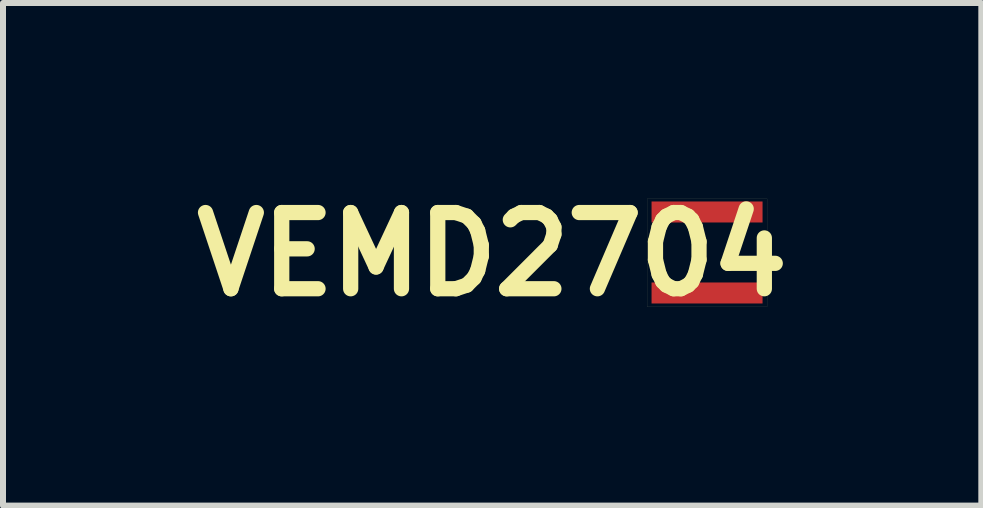
<source format=kicad_pcb>
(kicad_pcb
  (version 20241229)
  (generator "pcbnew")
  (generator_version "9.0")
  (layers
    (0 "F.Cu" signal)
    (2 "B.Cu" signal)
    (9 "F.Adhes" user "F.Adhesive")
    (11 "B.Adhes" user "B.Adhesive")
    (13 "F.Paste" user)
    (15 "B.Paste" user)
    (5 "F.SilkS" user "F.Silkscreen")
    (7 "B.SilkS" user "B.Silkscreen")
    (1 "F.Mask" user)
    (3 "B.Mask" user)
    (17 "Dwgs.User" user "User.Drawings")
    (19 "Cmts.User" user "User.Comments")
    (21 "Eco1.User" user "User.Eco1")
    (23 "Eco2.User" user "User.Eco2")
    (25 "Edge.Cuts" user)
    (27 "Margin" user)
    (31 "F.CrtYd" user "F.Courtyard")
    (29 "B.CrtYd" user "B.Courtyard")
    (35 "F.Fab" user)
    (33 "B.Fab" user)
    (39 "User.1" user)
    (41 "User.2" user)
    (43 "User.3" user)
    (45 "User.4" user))
  (footprint "VEMD2704"
    (layer "F.Cu")
    (at 8.734 1.163)
    (property "Reference" "VEMD2704" (at -3.581 0.025 0) (layer "F.SilkS") (effects (font (size 1.27 1.27) (thickness 0.254))))
    (attr smd)
    (fp_rect (start -1 -0.9) (end 1 0.9) (stroke (width 0.001) (type default)) (fill no) (layer "F.SilkS"))
    (pad "1" smd rect (at 0 -0.68 90) (size 0.35 1.85) (layers "F.Cu" "F.Mask" "F.Paste"))
    (pad "2" smd rect (at 0 0.67 90) (size 0.35 1.85) (layers "F.Cu" "F.Mask" "F.Paste")))
  (gr_rect
    (start -3 -3)
    (end 13.305 5.377)
    (stroke (width 0.1) (type default))
    (fill no)
    (layer "Edge.Cuts")))
</source>
